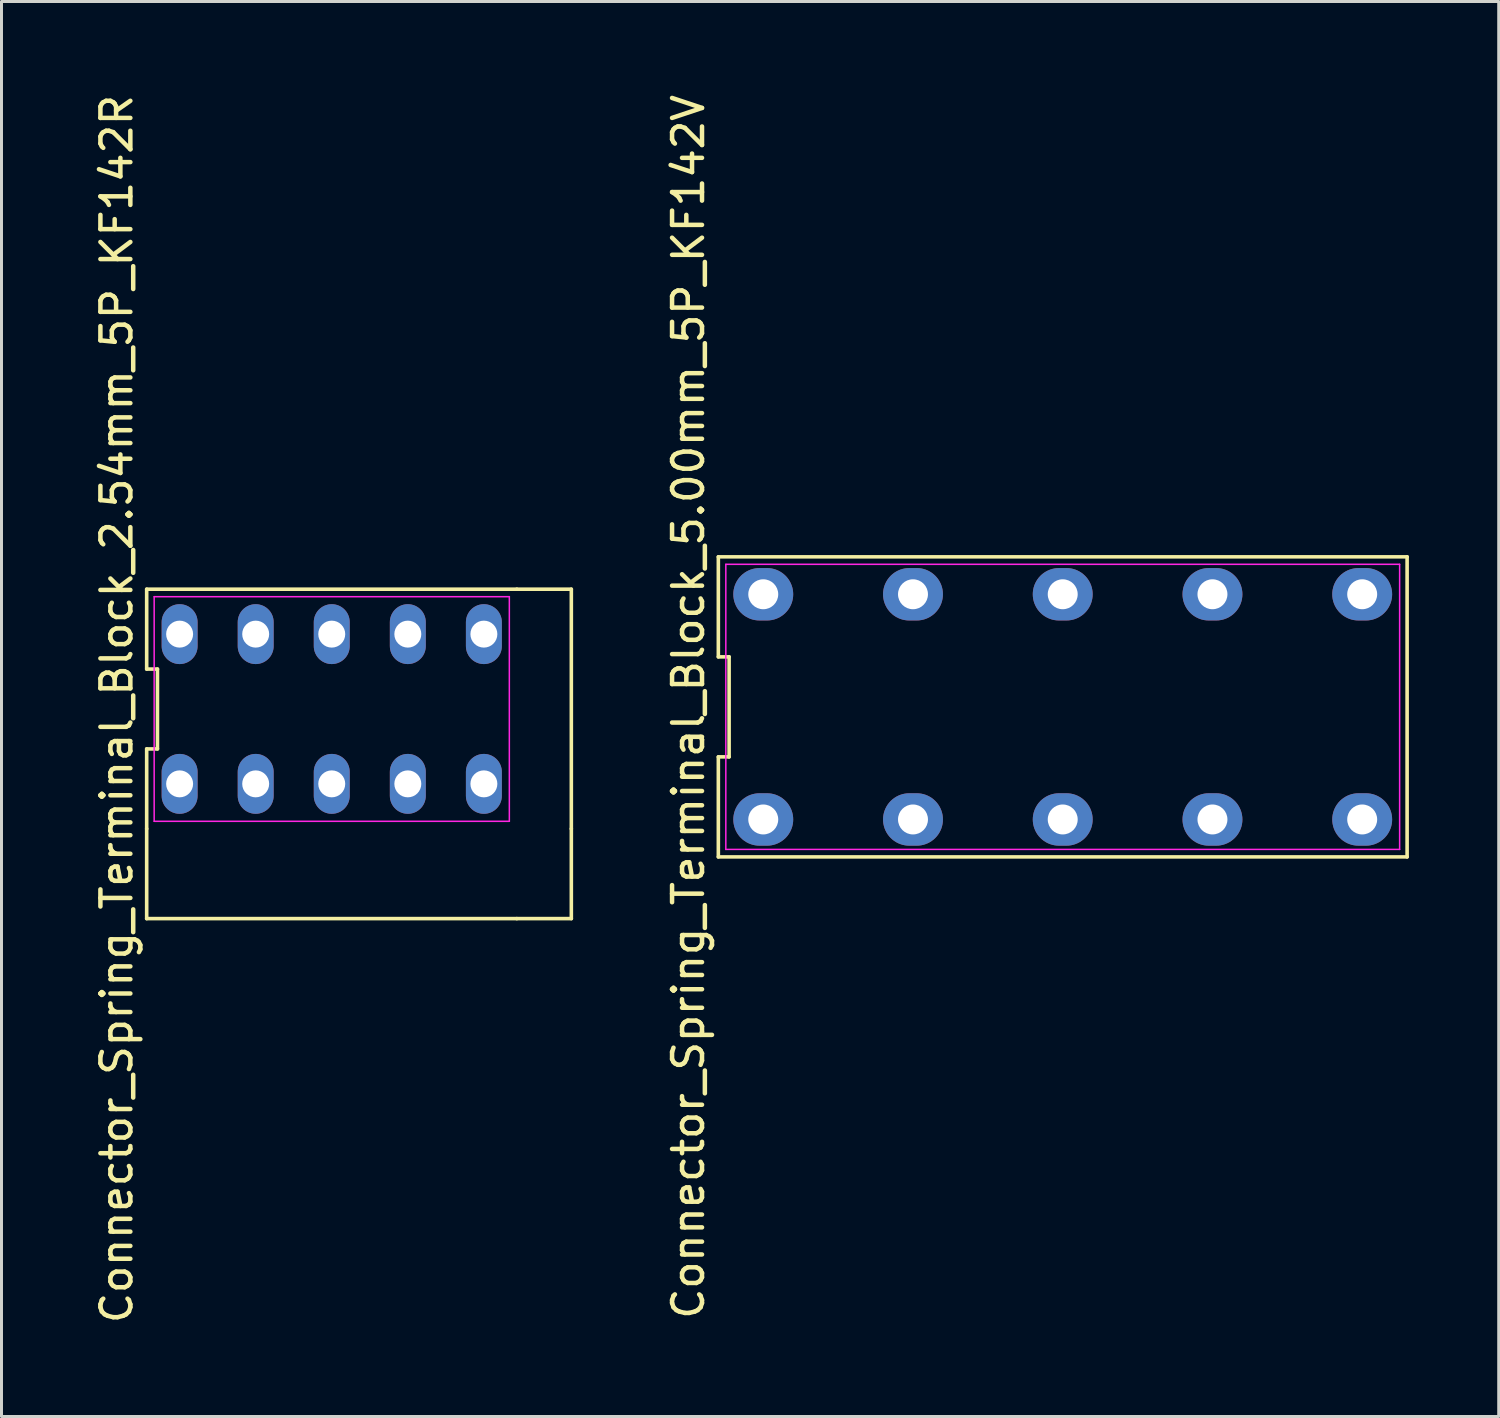
<source format=kicad_pcb>
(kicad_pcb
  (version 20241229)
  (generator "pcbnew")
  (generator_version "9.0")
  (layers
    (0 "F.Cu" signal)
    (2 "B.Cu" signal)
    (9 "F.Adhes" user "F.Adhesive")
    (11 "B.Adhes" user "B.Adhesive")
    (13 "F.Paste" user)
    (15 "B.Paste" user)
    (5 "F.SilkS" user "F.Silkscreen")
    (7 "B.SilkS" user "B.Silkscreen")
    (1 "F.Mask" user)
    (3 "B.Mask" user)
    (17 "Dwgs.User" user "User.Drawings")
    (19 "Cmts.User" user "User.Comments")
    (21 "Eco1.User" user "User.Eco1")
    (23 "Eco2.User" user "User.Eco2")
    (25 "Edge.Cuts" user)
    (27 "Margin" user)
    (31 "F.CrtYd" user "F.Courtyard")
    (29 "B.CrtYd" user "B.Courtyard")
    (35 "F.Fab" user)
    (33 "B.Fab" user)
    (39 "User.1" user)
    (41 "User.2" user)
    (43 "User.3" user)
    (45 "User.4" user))
  (footprint "Connector_Spring_Terminal_Block_2.54mm_5P_KF142R"
    (layer "F.Cu")
    (at 8.028 20.625)
    (property "Reference" "Connector_Spring_Terminal_Block_2.54mm_5P_KF142R" (at -7.18 0 90) (layer "F.SilkS") (effects (font (size 1 1) (thickness 0.15))))
    (fp_line (start -6.18 -4) (end -6.18 -1.333) (stroke (width 0.12) (type solid)) (layer "F.SilkS"))
    (fp_line (start -6.18 -1.333) (end -5.82 -1.333) (stroke (width 0.12) (type solid)) (layer "F.SilkS"))
    (fp_line (start -6.18 1.333) (end -6.18 4) (stroke (width 0.12) (type solid)) (layer "F.SilkS"))
    (fp_line (start -6.18 4) (end -6.18 7) (stroke (width 0.12) (type solid)) (layer "F.SilkS"))
    (fp_line (start -6.18 7) (end 6.18 7) (stroke (width 0.12) (type solid)) (layer "F.SilkS"))
    (fp_line (start -5.82 -1.333) (end -5.82 1.333) (stroke (width 0.12) (type solid)) (layer "F.SilkS"))
    (fp_line (start -5.82 1.333) (end -6.18 1.333) (stroke (width 0.12) (type solid)) (layer "F.SilkS"))
    (fp_line (start 6.18 -4) (end -6.18 -4) (stroke (width 0.12) (type solid)) (layer "F.SilkS"))
    (fp_line (start 6.18 -4) (end 8 -4) (stroke (width 0.12) (type solid)) (layer "F.SilkS"))
    (fp_line (start 6.18 7) (end 8 7) (stroke (width 0.12) (type solid)) (layer "F.SilkS"))
    (fp_line (start 8 4) (end 8 -4) (stroke (width 0.12) (type solid)) (layer "F.SilkS"))
    (fp_line (start 8 4) (end 8 7) (stroke (width 0.12) (type solid)) (layer "F.SilkS"))
    (fp_line (start -5.93 -3.75) (end 5.93 -3.75) (stroke (width 0.05) (type solid)) (layer "F.CrtYd"))
    (fp_line (start -5.93 3.75) (end -5.93 -3.75) (stroke (width 0.05) (type solid)) (layer "F.CrtYd"))
    (fp_line (start 5.93 -3.75) (end 5.93 3.75) (stroke (width 0.05) (type solid)) (layer "F.CrtYd"))
    (fp_line (start 5.93 3.75) (end -5.93 3.75) (stroke (width 0.05) (type solid)) (layer "F.CrtYd"))
    (pad "1" thru_hole oval (at -5.08 2.5) (size 1.2 2) (drill 0.9) (layers "*.Cu" "*.Mask"))
    (pad "2" thru_hole oval (at -2.54 2.5) (size 1.2 2) (drill 0.9) (layers "*.Cu" "*.Mask"))
    (pad "3" thru_hole oval (at 0 2.5) (size 1.2 2) (drill 0.9) (layers "*.Cu" "*.Mask"))
    (pad "4" thru_hole oval (at 2.54 2.5) (size 1.2 2) (drill 0.9) (layers "*.Cu" "*.Mask"))
    (pad "5" thru_hole oval (at 5.08 2.5) (size 1.2 2) (drill 0.9) (layers "*.Cu" "*.Mask"))
    (pad "6" thru_hole oval (at 5.08 -2.5) (size 1.2 2) (drill 0.9) (layers "*.Cu" "*.Mask"))
    (pad "7" thru_hole oval (at 2.54 -2.5) (size 1.2 2) (drill 0.9) (layers "*.Cu" "*.Mask"))
    (pad "8" thru_hole oval (at 0 -2.5) (size 1.2 2) (drill 0.9) (layers "*.Cu" "*.Mask"))
    (pad "9" thru_hole oval (at -2.54 -2.5) (size 1.2 2) (drill 0.9) (layers "*.Cu" "*.Mask"))
    (pad "10" thru_hole oval (at -5.08 -2.5) (size 1.2 2) (drill 0.9) (layers "*.Cu" "*.Mask")))
  (footprint "Connector_Spring_Terminal_Block_5.00mm_5P_KF142V"
    (layer "F.Cu")
    (at 32.437 20.554)
    (property "Reference" "Connector_Spring_Terminal_Block_5.00mm_5P_KF142V" (at -12.5 0 90) (layer "F.SilkS") (effects (font (size 1 1) (thickness 0.15))))
    (fp_line (start -11.5 -5.01) (end -11.5 -1.67) (stroke (width 0.12) (type solid)) (layer "F.SilkS"))
    (fp_line (start -11.5 -1.67) (end -11.14 -1.67) (stroke (width 0.12) (type solid)) (layer "F.SilkS"))
    (fp_line (start -11.5 1.67) (end -11.5 5.01) (stroke (width 0.12) (type solid)) (layer "F.SilkS"))
    (fp_line (start -11.5 5.01) (end 11.5 5.01) (stroke (width 0.12) (type solid)) (layer "F.SilkS"))
    (fp_line (start -11.14 -1.67) (end -11.14 1.67) (stroke (width 0.12) (type solid)) (layer "F.SilkS"))
    (fp_line (start -11.14 1.67) (end -11.5 1.67) (stroke (width 0.12) (type solid)) (layer "F.SilkS"))
    (fp_line (start 11.5 -5.01) (end -11.5 -5.01) (stroke (width 0.12) (type solid)) (layer "F.SilkS"))
    (fp_line (start 11.5 5.01) (end 11.5 -5.01) (stroke (width 0.12) (type solid)) (layer "F.SilkS"))
    (fp_line (start -11.25 -4.76) (end 11.25 -4.76) (stroke (width 0.05) (type solid)) (layer "F.CrtYd"))
    (fp_line (start -11.25 4.76) (end -11.25 -4.76) (stroke (width 0.05) (type solid)) (layer "F.CrtYd"))
    (fp_line (start 11.25 -4.76) (end 11.25 4.76) (stroke (width 0.05) (type solid)) (layer "F.CrtYd"))
    (fp_line (start 11.25 4.76) (end -11.25 4.76) (stroke (width 0.05) (type solid)) (layer "F.CrtYd"))
    (pad "1" thru_hole oval (at -10 -3.76) (size 2 1.75) (drill 1) (layers "*.Cu" "*.Mask"))
    (pad "1" thru_hole oval (at -10 3.76) (size 2 1.75) (drill 1) (layers "*.Cu" "*.Mask"))
    (pad "2" thru_hole oval (at -5 -3.76) (size 2 1.75) (drill 1) (layers "*.Cu" "*.Mask"))
    (pad "2" thru_hole oval (at -5 3.76) (size 2 1.75) (drill 1) (layers "*.Cu" "*.Mask"))
    (pad "3" thru_hole oval (at 0 -3.76) (size 2 1.75) (drill 1) (layers "*.Cu" "*.Mask"))
    (pad "3" thru_hole oval (at 0 3.76) (size 2 1.75) (drill 1) (layers "*.Cu" "*.Mask"))
    (pad "4" thru_hole oval (at 5 -3.76) (size 2 1.75) (drill 1) (layers "*.Cu" "*.Mask"))
    (pad "4" thru_hole oval (at 5 3.76) (size 2 1.75) (drill 1) (layers "*.Cu" "*.Mask"))
    (pad "5" thru_hole oval (at 10 -3.76) (size 2 1.75) (drill 1) (layers "*.Cu" "*.Mask"))
    (pad "5" thru_hole oval (at 10 3.76) (size 2 1.75) (drill 1) (layers "*.Cu" "*.Mask")))
  (gr_rect
    (start -3 -3)
    (end 46.996 44.25)
    (stroke (width 0.1) (type default))
    (fill no)
    (layer "Edge.Cuts")))
</source>
